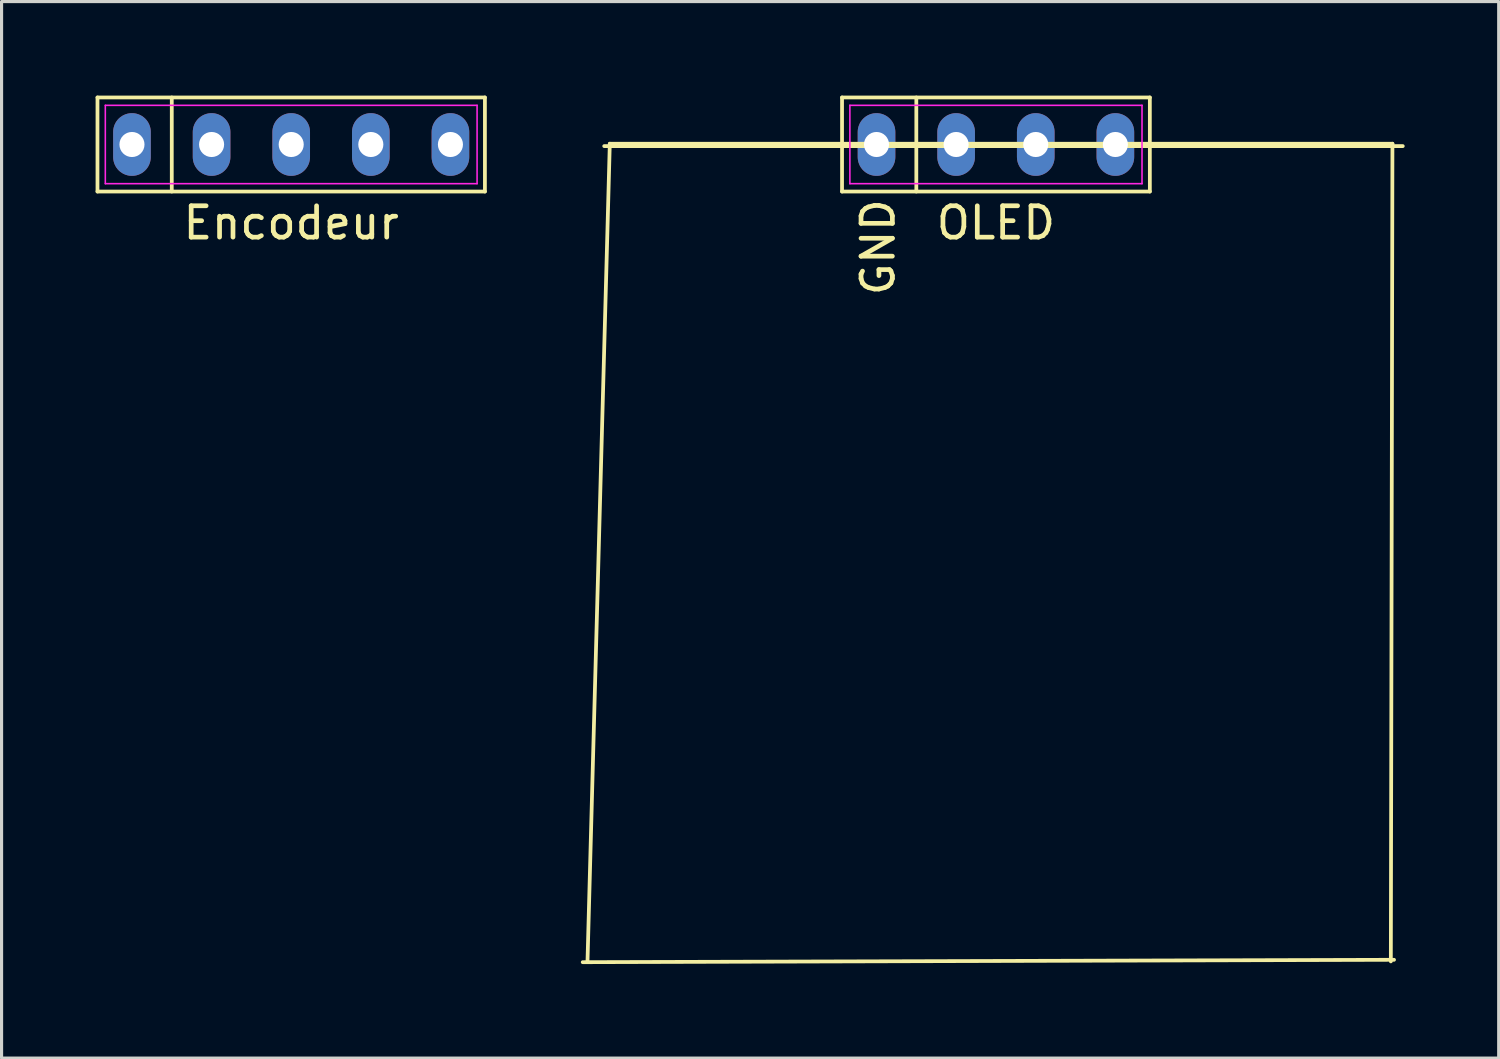
<source format=kicad_pcb>
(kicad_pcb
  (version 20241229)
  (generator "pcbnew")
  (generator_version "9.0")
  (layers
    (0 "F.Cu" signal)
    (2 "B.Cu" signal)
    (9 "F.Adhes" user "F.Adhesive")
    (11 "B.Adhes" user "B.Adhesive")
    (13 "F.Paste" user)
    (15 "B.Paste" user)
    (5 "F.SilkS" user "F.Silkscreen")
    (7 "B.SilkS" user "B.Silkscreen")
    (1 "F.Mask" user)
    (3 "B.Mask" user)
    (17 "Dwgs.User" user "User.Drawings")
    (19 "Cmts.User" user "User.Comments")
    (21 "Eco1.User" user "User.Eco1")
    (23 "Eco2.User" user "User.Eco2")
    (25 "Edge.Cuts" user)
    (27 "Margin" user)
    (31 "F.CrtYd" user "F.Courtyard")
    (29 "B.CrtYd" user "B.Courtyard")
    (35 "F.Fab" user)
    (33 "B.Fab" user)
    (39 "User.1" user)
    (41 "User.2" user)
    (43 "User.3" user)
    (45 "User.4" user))
  (footprint "Encodeur"
    (layer "F.Cu")
    (at 6.24 1.56)
    (property "Reference" "Encodeur" (at 0 2.5 0) (layer "F.SilkS") (effects (font (size 1 1) (thickness 0.15))))
    (attr through_hole)
    (fp_line (start -6.18 -1.5) (end 6.18 -1.5) (stroke (width 0.12) (type solid)) (layer "F.SilkS"))
    (fp_line (start -6.18 1.5) (end -6.18 -1.5) (stroke (width 0.12) (type solid)) (layer "F.SilkS"))
    (fp_line (start -3.81 -1.5) (end -3.81 1.5) (stroke (width 0.12) (type solid)) (layer "F.SilkS"))
    (fp_line (start 6.18 -1.5) (end 6.18 1.5) (stroke (width 0.12) (type solid)) (layer "F.SilkS"))
    (fp_line (start 6.18 1.5) (end -6.18 1.5) (stroke (width 0.12) (type solid)) (layer "F.SilkS"))
    (fp_line (start -5.93 -1.25) (end 5.93 -1.25) (stroke (width 0.05) (type solid)) (layer "F.CrtYd"))
    (fp_line (start -5.93 1.25) (end -5.93 -1.25) (stroke (width 0.05) (type solid)) (layer "F.CrtYd"))
    (fp_line (start 5.93 -1.25) (end 5.93 1.25) (stroke (width 0.05) (type solid)) (layer "F.CrtYd"))
    (fp_line (start 5.93 1.25) (end -5.93 1.25) (stroke (width 0.05) (type solid)) (layer "F.CrtYd"))
    (pad "1" thru_hole oval (at -5.08 0) (size 1.2 2) (drill 0.8) (layers "*.Cu" "*.Mask"))
    (pad "2" thru_hole oval (at -2.54 0) (size 1.2 2) (drill 0.8) (layers "*.Cu" "*.Mask"))
    (pad "3" thru_hole oval (at 0 0) (size 1.2 2) (drill 0.8) (layers "*.Cu" "*.Mask"))
    (pad "4" thru_hole oval (at 2.54 0) (size 1.2 2) (drill 0.8) (layers "*.Cu" "*.Mask"))
    (pad "5" thru_hole oval (at 5.08 0) (size 1.2 2) (drill 0.8) (layers "*.Cu" "*.Mask")))
  (footprint "OLED"
    (layer "F.Cu")
    (at 28.723 1.56)
    (property "Reference" "OLED" (at 0 2.5 0) (layer "F.SilkS") (effects (font (size 1 1) (thickness 0.15))))
    (attr through_hole)
    (fp_line (start -13.183 26.086) (end 12.7 26.01) (stroke (width 0.12) (type solid)) (layer "F.SilkS"))
    (fp_line (start -12.497 0.051) (end 12.979 0.051) (stroke (width 0.12) (type solid)) (layer "F.SilkS"))
    (fp_line (start -12.319 -0.025) (end -13.03 26.035) (stroke (width 0.12) (type solid)) (layer "F.SilkS"))
    (fp_line (start -4.91 -1.5) (end 4.91 -1.5) (stroke (width 0.12) (type solid)) (layer "F.SilkS"))
    (fp_line (start -4.91 1.5) (end -4.91 -1.5) (stroke (width 0.12) (type solid)) (layer "F.SilkS"))
    (fp_line (start -2.54 -1.5) (end -2.54 1.5) (stroke (width 0.12) (type solid)) (layer "F.SilkS"))
    (fp_line (start 4.91 -1.5) (end 4.91 1.5) (stroke (width 0.12) (type solid)) (layer "F.SilkS"))
    (fp_line (start 4.91 1.5) (end -4.91 1.5) (stroke (width 0.12) (type solid)) (layer "F.SilkS"))
    (fp_line (start 12.598 26.06) (end 12.649 -0.025) (stroke (width 0.12) (type solid)) (layer "F.SilkS"))
    (fp_line (start 12.649 -0.025) (end -12.319 -0.025) (stroke (width 0.12) (type solid)) (layer "F.SilkS"))
    (fp_line (start -4.66 -1.25) (end 4.66 -1.25) (stroke (width 0.05) (type solid)) (layer "F.CrtYd"))
    (fp_line (start -4.66 1.25) (end -4.66 -1.25) (stroke (width 0.05) (type solid)) (layer "F.CrtYd"))
    (fp_line (start 4.66 -1.25) (end 4.66 1.25) (stroke (width 0.05) (type solid)) (layer "F.CrtYd"))
    (fp_line (start 4.66 1.25) (end -4.66 1.25) (stroke (width 0.05) (type solid)) (layer "F.CrtYd"))
    (fp_text user "GND" (at -3.759 3.277 90) (layer "F.SilkS") (effects (font (size 1 1) (thickness 0.15))))
    (pad "1" thru_hole oval (at -3.81 0) (size 1.2 2) (drill 0.8) (layers "*.Cu" "*.Mask"))
    (pad "2" thru_hole oval (at -1.27 0) (size 1.2 2) (drill 0.8) (layers "*.Cu" "*.Mask"))
    (pad "3" thru_hole oval (at 1.27 0) (size 1.2 2) (drill 0.8) (layers "*.Cu" "*.Mask"))
    (pad "4" thru_hole oval (at 3.81 0) (size 1.2 2) (drill 0.8) (layers "*.Cu" "*.Mask")))
  (gr_rect
    (start -3 -3)
    (end 44.762 30.706)
    (stroke (width 0.1) (type default))
    (fill no)
    (layer "Edge.Cuts")))
</source>
